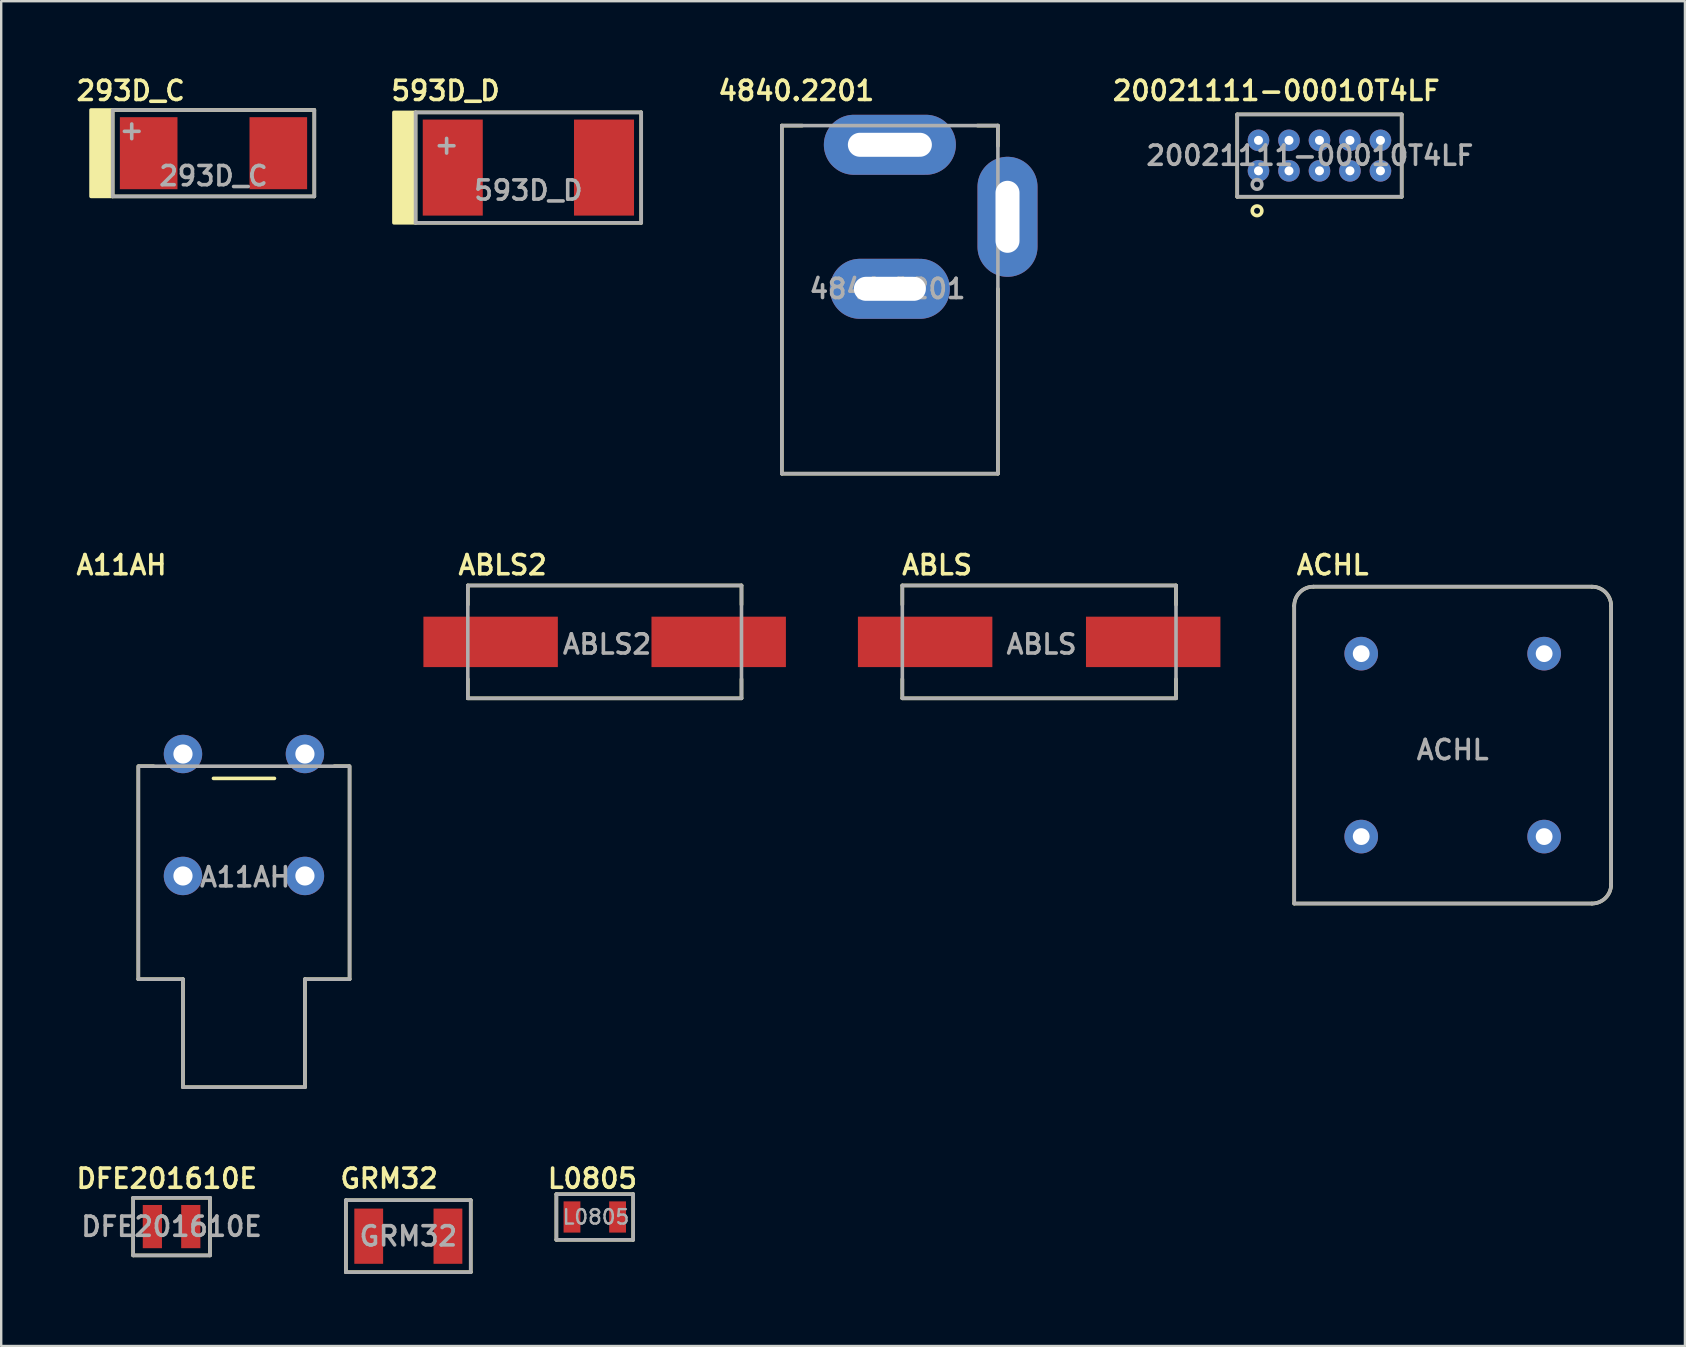
<source format=kicad_pcb>
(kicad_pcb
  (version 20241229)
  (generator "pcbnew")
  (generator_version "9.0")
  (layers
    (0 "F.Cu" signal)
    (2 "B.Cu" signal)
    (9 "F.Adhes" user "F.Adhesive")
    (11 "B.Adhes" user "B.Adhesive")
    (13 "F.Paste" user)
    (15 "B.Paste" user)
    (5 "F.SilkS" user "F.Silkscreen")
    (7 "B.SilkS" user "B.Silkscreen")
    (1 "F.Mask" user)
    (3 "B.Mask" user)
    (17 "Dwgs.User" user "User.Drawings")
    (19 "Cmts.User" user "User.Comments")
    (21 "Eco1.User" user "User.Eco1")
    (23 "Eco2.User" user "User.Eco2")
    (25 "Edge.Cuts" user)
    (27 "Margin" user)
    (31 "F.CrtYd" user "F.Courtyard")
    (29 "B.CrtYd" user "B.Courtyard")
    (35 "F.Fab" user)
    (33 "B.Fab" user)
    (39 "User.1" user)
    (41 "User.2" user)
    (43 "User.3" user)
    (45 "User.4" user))
  (footprint "L0805"
    (layer "F.Cu")
    (at 21.726 47.644)
    (property "Reference" "L0805" (at -0.1 -1.6 0) (layer "F.SilkS") (effects (font (size 0.8 0.8) (thickness 0.15))))
    (attr through_hole)
    (fp_line (start -1.6 -0.95) (end -1.6 0.95) (stroke (width 0.15) (type solid)) (layer "F.SilkS"))
    (fp_line (start -1.6 0.95) (end 1.6 0.95) (stroke (width 0.15) (type solid)) (layer "F.SilkS"))
    (fp_line (start 1.6 -0.95) (end -1.6 -0.95) (stroke (width 0.15) (type solid)) (layer "F.SilkS"))
    (fp_line (start 1.6 -0.95) (end 1.6 0.95) (stroke (width 0.15) (type solid)) (layer "F.SilkS"))
    (fp_line (start -1.6 -0.95) (end 1.6 -0.95) (stroke (width 0.15) (type solid)) (layer "F.Fab"))
    (fp_line (start -1.6 0.95) (end -1.6 -0.95) (stroke (width 0.15) (type solid)) (layer "F.Fab"))
    (fp_line (start 1.6 -0.95) (end 1.6 0.95) (stroke (width 0.15) (type solid)) (layer "F.Fab"))
    (fp_line (start 1.6 0.95) (end -1.6 0.95) (stroke (width 0.15) (type solid)) (layer "F.Fab"))
    (fp_text user "${REFERENCE}" (at 0.05 0 0) (layer "F.Fab") (effects (font (size 0.6 0.6) (thickness 0.1))))
    (pad "1" smd rect (at -0.95 0) (size 0.7 1.3) (layers "F.Cu" "F.Mask" "F.Paste"))
    (pad "2" smd rect (at 0.95 0) (size 0.7 1.3) (layers "F.Cu" "F.Mask" "F.Paste")))
  (footprint "593D_D"
    (layer "F.Cu")
    (at 18.96 3.931)
    (property "Reference" "593D_D" (at -3.45 -3.2 0) (unlocked yes) (layer "F.SilkS") (effects (font (size 0.8 0.8) (thickness 0.15) (bold yes))))
    (attr smd)
    (fp_line (start -4.7 -2.3) (end 4.7 -2.3) (stroke (width 0.15) (type default)) (layer "F.SilkS"))
    (fp_line (start -4.7 2.3) (end 4.7 2.3) (stroke (width 0.15) (type default)) (layer "F.SilkS"))
    (fp_line (start 4.7 -2.3) (end 4.7 2.3) (stroke (width 0.15) (type default)) (layer "F.SilkS"))
    (fp_rect (start -5.6 -2.3) (end -4.7 2.3) (stroke (width 0.15) (type solid)) (fill yes) (layer "F.SilkS"))
    (fp_line (start -4.7 -2.3) (end -4.7 2.3) (stroke (width 0.15) (type default)) (layer "F.Fab"))
    (fp_line (start -4.7 -2.3) (end 4.7 -2.3) (stroke (width 0.15) (type default)) (layer "F.Fab"))
    (fp_line (start -4.7 2.3) (end 4.7 2.3) (stroke (width 0.15) (type default)) (layer "F.Fab"))
    (fp_line (start 4.7 -2.3) (end 4.7 2.3) (stroke (width 0.15) (type default)) (layer "F.Fab"))
    (fp_text user "+" (at -4 -0.5 0) (unlocked yes) (layer "F.Fab") (effects (font (size 0.8 0.8) (thickness 0.15) (bold yes)) (justify left bottom)))
    (fp_text user "${REFERENCE}" (at 0 0.95 0) (unlocked yes) (layer "F.Fab") (effects (font (size 0.8 0.8) (thickness 0.15))))
    (pad "1" smd rect (at -3.15 0) (size 2.5 4) (layers "F.Cu" "F.Mask" "F.Paste"))
    (pad "2" smd rect (at 3.15 0) (size 2.5 4) (layers "F.Cu" "F.Mask" "F.Paste")))
  (footprint "293D_C"
    (layer "F.Cu")
    (at 5.843 3.331)
    (property "Reference" "293D_C" (at -3.45 -2.6 0) (unlocked yes) (layer "F.SilkS") (effects (font (size 0.8 0.8) (thickness 0.15) (bold yes))))
    (attr smd)
    (fp_line (start -4.2 -1.8) (end 4.2 -1.8) (stroke (width 0.15) (type default)) (layer "F.SilkS"))
    (fp_line (start -4.2 1.8) (end 4.2 1.8) (stroke (width 0.15) (type default)) (layer "F.SilkS"))
    (fp_line (start 4.2 -1.8) (end 4.2 1.8) (stroke (width 0.15) (type default)) (layer "F.SilkS"))
    (fp_rect (start -5.1 -1.8) (end -4.2 1.8) (stroke (width 0.15) (type solid)) (fill yes) (layer "F.SilkS"))
    (fp_line (start -4.2 -1.8) (end -4.2 1.8) (stroke (width 0.15) (type default)) (layer "F.Fab"))
    (fp_line (start -4.2 -1.8) (end 4.2 -1.8) (stroke (width 0.15) (type default)) (layer "F.Fab"))
    (fp_line (start -4.2 1.8) (end 4.2 1.8) (stroke (width 0.15) (type default)) (layer "F.Fab"))
    (fp_line (start 4.2 -1.8) (end 4.2 1.8) (stroke (width 0.15) (type default)) (layer "F.Fab"))
    (fp_text user "+" (at -4 -0.5 0) (unlocked yes) (layer "F.Fab") (effects (font (size 0.8 0.8) (thickness 0.15) (bold yes)) (justify left bottom)))
    (fp_text user "${REFERENCE}" (at 0 0.95 0) (unlocked yes) (layer "F.Fab") (effects (font (size 0.8 0.8) (thickness 0.15))))
    (pad "1" smd rect (at -2.7 0) (size 2.4 3) (layers "F.Cu" "F.Mask" "F.Paste"))
    (pad "2" smd rect (at 2.7 0) (size 2.4 3) (layers "F.Cu" "F.Mask" "F.Paste")))
  (footprint "20021111-00010T4LF"
    (layer "F.Cu")
    (at 51.913 3.431)
    (property "Reference" "20021111-00010T4LF" (at -1.8 -2.7 0) (unlocked yes) (layer "F.SilkS") (effects (font (size 0.8 0.8) (thickness 0.15) (bold yes))))
    (attr through_hole)
    (fp_line (start -3.425 -1.715) (end -3.425 1.715) (stroke (width 0.15) (type default)) (layer "F.SilkS"))
    (fp_line (start -3.425 -1.715) (end 3.425 -1.715) (stroke (width 0.15) (type default)) (layer "F.SilkS"))
    (fp_line (start -3.425 1.715) (end 3.425 1.715) (stroke (width 0.15) (type default)) (layer "F.SilkS"))
    (fp_line (start 3.425 -1.715) (end 3.425 1.715) (stroke (width 0.15) (type default)) (layer "F.SilkS"))
    (fp_circle (center -2.6 2.3) (end -2.4 2.3) (stroke (width 0.15) (type solid)) (fill no) (layer "F.SilkS"))
    (fp_line (start -3.425 -1.715) (end -3.425 1.715) (stroke (width 0.15) (type default)) (layer "F.Fab"))
    (fp_line (start -3.425 -1.715) (end 3.425 -1.715) (stroke (width 0.15) (type default)) (layer "F.Fab"))
    (fp_line (start -3.425 1.715) (end 3.425 1.715) (stroke (width 0.15) (type default)) (layer "F.Fab"))
    (fp_line (start 3.425 -1.715) (end 3.425 1.715) (stroke (width 0.15) (type default)) (layer "F.Fab"))
    (fp_circle (center -2.6 1.2) (end -2.4 1.2) (stroke (width 0.15) (type solid)) (fill no) (layer "F.Fab"))
    (fp_text user "${REFERENCE}" (at -0.4 0 0) (unlocked yes) (layer "F.Fab") (effects (font (size 0.8 0.8) (thickness 0.15))))
    (pad "1" thru_hole circle (at -2.54 0.635) (size 0.9 0.9) (drill 0.375) (layers "*.Cu" "*.Mask"))
    (pad "2" thru_hole circle (at -2.54 -0.635) (size 0.9 0.9) (drill 0.375) (layers "*.Cu" "*.Mask"))
    (pad "3" thru_hole circle (at -1.27 0.635) (size 0.9 0.9) (drill 0.375) (layers "*.Cu" "*.Mask"))
    (pad "4" thru_hole circle (at -1.27 -0.635) (size 0.9 0.9) (drill 0.375) (layers "*.Cu" "*.Mask"))
    (pad "5" thru_hole circle (at 0 0.635) (size 0.9 0.9) (drill 0.375) (layers "*.Cu" "*.Mask"))
    (pad "6" thru_hole circle (at 0 -0.635) (size 0.9 0.9) (drill 0.375) (layers "*.Cu" "*.Mask"))
    (pad "7" thru_hole circle (at 1.27 0.635) (size 0.9 0.9) (drill 0.375) (layers "*.Cu" "*.Mask"))
    (pad "8" thru_hole circle (at 1.27 -0.635) (size 0.9 0.9) (drill 0.375) (layers "*.Cu" "*.Mask"))
    (pad "9" thru_hole circle (at 2.54 0.635) (size 0.9 0.9) (drill 0.375) (layers "*.Cu" "*.Mask"))
    (pad "10" thru_hole circle (at 2.54 -0.635) (size 0.9 0.9) (drill 0.375) (layers "*.Cu" "*.Mask")))
  (footprint "GRM32"
    (layer "F.Cu")
    (at 13.959 48.444)
    (property "Reference" "GRM32" (at -0.8 -2.4 0) (unlocked yes) (layer "F.SilkS") (effects (font (size 0.8 0.8) (thickness 0.15) (bold yes))))
    (attr smd)
    (fp_line (start -2.6 -1.5) (end 2.6 -1.5) (stroke (width 0.15) (type default)) (layer "F.SilkS"))
    (fp_line (start -2.6 1.5) (end -2.6 -1.5) (stroke (width 0.15) (type default)) (layer "F.SilkS"))
    (fp_line (start 2.6 -1.5) (end 2.6 1.5) (stroke (width 0.15) (type default)) (layer "F.SilkS"))
    (fp_line (start 2.6 1.5) (end -2.6 1.5) (stroke (width 0.15) (type default)) (layer "F.SilkS"))
    (fp_line (start -2.6 -1.5) (end 2.6 -1.5) (stroke (width 0.15) (type default)) (layer "F.Fab"))
    (fp_line (start -2.6 1.5) (end -2.6 -1.5) (stroke (width 0.15) (type default)) (layer "F.Fab"))
    (fp_line (start 2.6 -1.5) (end 2.6 1.5) (stroke (width 0.15) (type default)) (layer "F.Fab"))
    (fp_line (start 2.6 1.5) (end -2.6 1.5) (stroke (width 0.15) (type default)) (layer "F.Fab"))
    (fp_text user "${REFERENCE}" (at 0 0 0) (unlocked yes) (layer "F.Fab") (effects (font (size 0.8 0.8) (thickness 0.15))))
    (pad "1" smd rect (at -1.65 0) (size 1.2 2.3) (layers "F.Cu" "F.Mask" "F.Paste"))
    (pad "2" smd rect (at 1.65 0) (size 1.2 2.3) (layers "*.Mask" "F.Cu" "F.Paste")))
  (footprint "A11AH"
    (layer "F.Cu")
    (at 7.112 33.438)
    (property "Reference" "A11AH" (at -5.1 -12.95 0) (unlocked yes) (layer "F.SilkS") (effects (font (size 0.8 0.8) (thickness 0.15) (bold yes))))
    (attr through_hole)
    (fp_line (start -4.4 -4.572) (end -4.4 4.3) (stroke (width 0.15) (type default)) (layer "F.SilkS"))
    (fp_line (start -4.4 4.3) (end -2.54 4.3) (stroke (width 0.15) (type default)) (layer "F.SilkS"))
    (fp_line (start -4.359 -4.572) (end -3.769 -4.572) (stroke (width 0.15) (type default)) (layer "F.SilkS"))
    (fp_line (start -2.54 8.8) (end -2.54 4.3) (stroke (width 0.15) (type default)) (layer "F.SilkS"))
    (fp_line (start -1.27 -4.064) (end 1.27 -4.064) (stroke (width 0.15) (type default)) (layer "F.SilkS"))
    (fp_line (start 2.54 8.8) (end -2.54 8.8) (stroke (width 0.15) (type default)) (layer "F.SilkS"))
    (fp_line (start 2.54 8.8) (end 2.54 4.3) (stroke (width 0.15) (type default)) (layer "F.SilkS"))
    (fp_line (start 4.359 -4.572) (end 3.769 -4.572) (stroke (width 0.15) (type default)) (layer "F.SilkS"))
    (fp_line (start 4.4 -4.572) (end 4.4 4.3) (stroke (width 0.15) (type default)) (layer "F.SilkS"))
    (fp_line (start 4.4 4.3) (end 2.54 4.3) (stroke (width 0.15) (type default)) (layer "F.SilkS"))
    (fp_line (start -4.4 -4.572) (end -4.4 4.3) (stroke (width 0.15) (type default)) (layer "F.Fab"))
    (fp_line (start -4.4 4.3) (end -2.54 4.3) (stroke (width 0.15) (type default)) (layer "F.Fab"))
    (fp_line (start -4.359 -4.572) (end 4.359 -4.572) (stroke (width 0.15) (type default)) (layer "F.Fab"))
    (fp_line (start -2.54 8.8) (end -2.54 4.3) (stroke (width 0.15) (type default)) (layer "F.Fab"))
    (fp_line (start 2.54 8.8) (end -2.54 8.8) (stroke (width 0.15) (type default)) (layer "F.Fab"))
    (fp_line (start 2.54 8.8) (end 2.54 4.3) (stroke (width 0.15) (type default)) (layer "F.Fab"))
    (fp_line (start 4.4 -4.572) (end 4.4 4.3) (stroke (width 0.15) (type default)) (layer "F.Fab"))
    (fp_line (start 4.4 4.3) (end 2.54 4.3) (stroke (width 0.15) (type default)) (layer "F.Fab"))
    (fp_text user "${REFERENCE}" (at 0.05 0.05 0) (unlocked yes) (layer "F.Fab") (effects (font (size 0.8 0.8) (thickness 0.15))))
    (pad "1" thru_hole circle (at -2.54 -5.08) (size 1.6 1.6) (drill 0.8) (layers "*.Cu" "*.Mask"))
    (pad "3" thru_hole circle (at 2.54 -5.08) (size 1.6 1.6) (drill 0.8) (layers "*.Cu" "*.Mask"))
    (pad "~" thru_hole circle (at -2.54 0) (size 1.6 1.6) (drill 0.8) (layers "*.Cu" "*.Mask"))
    (pad "~" thru_hole circle (at 2.54 0) (size 1.6 1.6) (drill 0.8) (layers "*.Cu" "*.Mask")))
  (footprint "DFE201610E"
    (layer "F.Cu")
    (at 4.097 48.044)
    (property "Reference" "DFE201610E" (at -0.2 -2 0) (unlocked yes) (layer "F.SilkS") (effects (font (size 0.8 0.8) (thickness 0.15) (bold yes))))
    (attr smd)
    (fp_line (start -1.6 -1.2) (end 1.6 -1.2) (stroke (width 0.15) (type default)) (layer "F.SilkS"))
    (fp_line (start -1.6 1.2) (end -1.6 -1.2) (stroke (width 0.15) (type default)) (layer "F.SilkS"))
    (fp_line (start 1.6 -1.2) (end 1.6 1.2) (stroke (width 0.15) (type default)) (layer "F.SilkS"))
    (fp_line (start 1.6 1.2) (end -1.6 1.2) (stroke (width 0.15) (type default)) (layer "F.SilkS"))
    (fp_line (start -1.6 -1.2) (end 1.6 -1.2) (stroke (width 0.15) (type default)) (layer "F.Fab"))
    (fp_line (start -1.6 1.2) (end -1.6 -1.2) (stroke (width 0.15) (type default)) (layer "F.Fab"))
    (fp_line (start 1.6 -1.2) (end 1.6 1.2) (stroke (width 0.15) (type default)) (layer "F.Fab"))
    (fp_line (start 1.6 1.2) (end -1.6 1.2) (stroke (width 0.15) (type default)) (layer "F.Fab"))
    (fp_text user "${REFERENCE}" (at 0 0 0) (unlocked yes) (layer "F.Fab") (effects (font (size 0.8 0.8) (thickness 0.15))))
    (pad "1" smd rect (at -0.8 0) (size 0.8 1.8) (layers "F.Cu" "F.Mask" "F.Paste"))
    (pad "2" smd rect (at 0.8 0) (size 0.8 1.8) (layers "F.Cu" "F.Mask" "F.Paste")))
  (footprint "ABLS2"
    (layer "F.Cu")
    (at 22.137 23.688)
    (property "Reference" "ABLS2" (at -4.25 -3.2 0) (unlocked yes) (layer "F.SilkS") (effects (font (size 0.8 0.8) (thickness 0.15) (bold yes))))
    (attr smd)
    (fp_line (start -5.7 -2.35) (end 5.7 -2.35) (stroke (width 0.15) (type default)) (layer "F.SilkS"))
    (fp_line (start -5.7 -1.55) (end -5.7 -2.35) (stroke (width 0.15) (type default)) (layer "F.SilkS"))
    (fp_line (start -5.7 2.35) (end -5.7 1.55) (stroke (width 0.15) (type default)) (layer "F.SilkS"))
    (fp_line (start -5.7 2.35) (end 5.7 2.35) (stroke (width 0.15) (type default)) (layer "F.SilkS"))
    (fp_line (start 5.7 -1.55) (end 5.7 -2.35) (stroke (width 0.15) (type default)) (layer "F.SilkS"))
    (fp_line (start 5.7 2.35) (end 5.7 1.55) (stroke (width 0.15) (type default)) (layer "F.SilkS"))
    (fp_line (start -5.7 -2.35) (end 5.7 -2.35) (stroke (width 0.15) (type default)) (layer "F.Fab"))
    (fp_line (start -5.7 2.35) (end -5.7 -2.35) (stroke (width 0.15) (type default)) (layer "F.Fab"))
    (fp_line (start -5.7 2.35) (end 5.7 2.35) (stroke (width 0.15) (type default)) (layer "F.Fab"))
    (fp_line (start 5.7 2.35) (end 5.7 -2.35) (stroke (width 0.15) (type default)) (layer "F.Fab"))
    (fp_text user "${REFERENCE}" (at 0.1 0.1 0) (unlocked yes) (layer "F.Fab") (effects (font (size 0.8 0.8) (thickness 0.15))))
    (pad "1" smd rect (at -4.75 0) (size 5.6 2.1) (layers "F.Cu" "F.Mask" "F.Paste"))
    (pad "2" smd rect (at 4.75 0) (size 5.6 2.1) (layers "F.Cu" "F.Mask" "F.Paste")))
  (footprint "ABLS"
    (layer "F.Cu")
    (at 40.237 23.688)
    (property "Reference" "ABLS" (at -4.25 -3.2 0) (unlocked yes) (layer "F.SilkS") (effects (font (size 0.8 0.8) (thickness 0.15) (bold yes))))
    (attr smd)
    (fp_line (start -5.7 -2.35) (end 5.7 -2.35) (stroke (width 0.15) (type default)) (layer "F.SilkS"))
    (fp_line (start -5.7 -1.55) (end -5.7 -2.35) (stroke (width 0.15) (type default)) (layer "F.SilkS"))
    (fp_line (start -5.7 2.35) (end -5.7 1.55) (stroke (width 0.15) (type default)) (layer "F.SilkS"))
    (fp_line (start -5.7 2.35) (end 5.7 2.35) (stroke (width 0.15) (type default)) (layer "F.SilkS"))
    (fp_line (start 5.7 -1.55) (end 5.7 -2.35) (stroke (width 0.15) (type default)) (layer "F.SilkS"))
    (fp_line (start 5.7 2.35) (end 5.7 1.55) (stroke (width 0.15) (type default)) (layer "F.SilkS"))
    (fp_line (start -5.7 -2.35) (end 5.7 -2.35) (stroke (width 0.15) (type default)) (layer "F.Fab"))
    (fp_line (start -5.7 2.35) (end -5.7 -2.35) (stroke (width 0.15) (type default)) (layer "F.Fab"))
    (fp_line (start -5.7 2.35) (end 5.7 2.35) (stroke (width 0.15) (type default)) (layer "F.Fab"))
    (fp_line (start 5.7 2.35) (end 5.7 -2.35) (stroke (width 0.15) (type default)) (layer "F.Fab"))
    (fp_text user "${REFERENCE}" (at 0.1 0.1 0) (unlocked yes) (layer "F.Fab") (effects (font (size 0.8 0.8) (thickness 0.15))))
    (pad "1" smd rect (at -4.75 0) (size 5.6 2.1) (layers "F.Cu" "F.Mask" "F.Paste"))
    (pad "2" smd rect (at 4.75 0) (size 5.6 2.1) (layers "F.Cu" "F.Mask" "F.Paste")))
  (footprint "ACHL"
    (layer "F.Cu")
    (at 57.462 27.988)
    (property "Reference" "ACHL" (at -5 -7.5 0) (unlocked yes) (layer "F.SilkS") (effects (font (size 0.8 0.8) (thickness 0.15))))
    (attr through_hole)
    (fp_line (start -6.6 6.6) (end -6.6 -5.8) (stroke (width 0.15) (type default)) (layer "F.SilkS"))
    (fp_line (start -6.6 6.6) (end 5.8 6.6) (stroke (width 0.15) (type default)) (layer "F.SilkS"))
    (fp_line (start -5.8 -6.6) (end 5.8 -6.6) (stroke (width 0.15) (type default)) (layer "F.SilkS"))
    (fp_line (start 6.6 5.8) (end 6.6 -5.8) (stroke (width 0.15) (type default)) (layer "F.SilkS"))
    (fp_arc (start -6.6 -5.8) (mid -6.365685 -6.365685) (end -5.8 -6.6) (stroke (width 0.15) (type default)) (layer "F.SilkS"))
    (fp_arc (start 5.8 -6.6) (mid 6.365685 -6.365685) (end 6.6 -5.8) (stroke (width 0.15) (type default)) (layer "F.SilkS"))
    (fp_arc (start 6.6 5.8) (mid 6.365685 6.365685) (end 5.8 6.6) (stroke (width 0.15) (type default)) (layer "F.SilkS"))
    (fp_line (start -6.6 6.6) (end -6.6 -5.8) (stroke (width 0.15) (type default)) (layer "F.Fab"))
    (fp_line (start -6.6 6.6) (end 5.8 6.6) (stroke (width 0.15) (type default)) (layer "F.Fab"))
    (fp_line (start -5.8 -6.6) (end 5.8 -6.6) (stroke (width 0.15) (type default)) (layer "F.Fab"))
    (fp_line (start 6.6 5.8) (end 6.6 -5.8) (stroke (width 0.15) (type default)) (layer "F.Fab"))
    (fp_arc (start -6.6 -5.8) (mid -6.365685 -6.365685) (end -5.8 -6.6) (stroke (width 0.15) (type default)) (layer "F.Fab"))
    (fp_arc (start 5.8 -6.6) (mid 6.365685 -6.365685) (end 6.6 -5.8) (stroke (width 0.15) (type default)) (layer "F.Fab"))
    (fp_arc (start 6.6 5.8) (mid 6.365685 6.365685) (end 5.8 6.6) (stroke (width 0.15) (type default)) (layer "F.Fab"))
    (fp_text user "${REFERENCE}" (at 0 0.2 0) (unlocked yes) (layer "F.Fab") (effects (font (size 0.8 0.8) (thickness 0.15))))
    (pad "1" thru_hole circle (at -3.81 3.81) (size 1.4 1.4) (drill 0.7) (layers "*.Cu" "*.Mask"))
    (pad "4" thru_hole circle (at 3.81 3.81) (size 1.4 1.4) (drill 0.7) (layers "*.Cu" "*.Mask"))
    (pad "5" thru_hole circle (at 3.81 -3.81) (size 1.4 1.4) (drill 0.7) (layers "*.Cu" "*.Mask"))
    (pad "8" thru_hole circle (at -3.81 -3.81) (size 1.4 1.4) (drill 0.7) (layers "*.Cu" "*.Mask")))
  (footprint "4840.2201"
    (layer "F.Cu")
    (at 34.018 8.981)
    (property "Reference" "4840.2201" (at -3.9 -8.25 0) (unlocked yes) (layer "F.SilkS") (effects (font (size 0.8 0.8) (thickness 0.15) (bold yes))))
    (attr through_hole)
    (fp_line (start -4.5 -6.8) (end -4.5 7.7) (stroke (width 0.15) (type default)) (layer "F.SilkS"))
    (fp_line (start -4.5 -6.8) (end -3.65 -6.8) (stroke (width 0.15) (type default)) (layer "F.SilkS"))
    (fp_line (start -4.5 7.7) (end 4.5 7.7) (stroke (width 0.15) (type default)) (layer "F.SilkS"))
    (fp_line (start 3.65 -6.8) (end 4.5 -6.8) (stroke (width 0.15) (type default)) (layer "F.SilkS"))
    (fp_line (start 4.5 -5.95) (end 4.5 -6.8) (stroke (width 0.15) (type default)) (layer "F.SilkS"))
    (fp_line (start 4.5 7.7) (end 4.5 0) (stroke (width 0.15) (type default)) (layer "F.SilkS"))
    (fp_line (start -4.5 -6.8) (end -4.5 7.7) (stroke (width 0.15) (type default)) (layer "F.Fab"))
    (fp_line (start -4.5 -6.8) (end 4.5 -6.8) (stroke (width 0.15) (type default)) (layer "F.Fab"))
    (fp_line (start -4.5 7.7) (end 4.5 7.7) (stroke (width 0.15) (type default)) (layer "F.Fab"))
    (fp_line (start 4.5 7.7) (end 4.5 -6.8) (stroke (width 0.15) (type default)) (layer "F.Fab"))
    (fp_text user "${REFERENCE}" (at -0.1 0 0) (unlocked yes) (layer "F.Fab") (effects (font (size 0.8 0.8) (thickness 0.15))))
    (pad "1" thru_hole oval (at 0 -6) (size 5.5 2.5) (drill oval 3.5 1) (layers "*.Cu" "*.Mask"))
    (pad "2" thru_hole oval (at 0 0) (size 5 2.5) (drill oval 3 1) (layers "*.Cu" "*.Mask"))
    (pad "3" thru_hole oval (at 4.9 -3 90) (size 5 2.5) (drill oval 3 1) (layers "*.Cu" "*.Mask")))
  (gr_rect
    (start -3 -3)
    (end 67.137 53.019)
    (stroke (width 0.1) (type default))
    (fill no)
    (layer "Edge.Cuts")))
</source>
